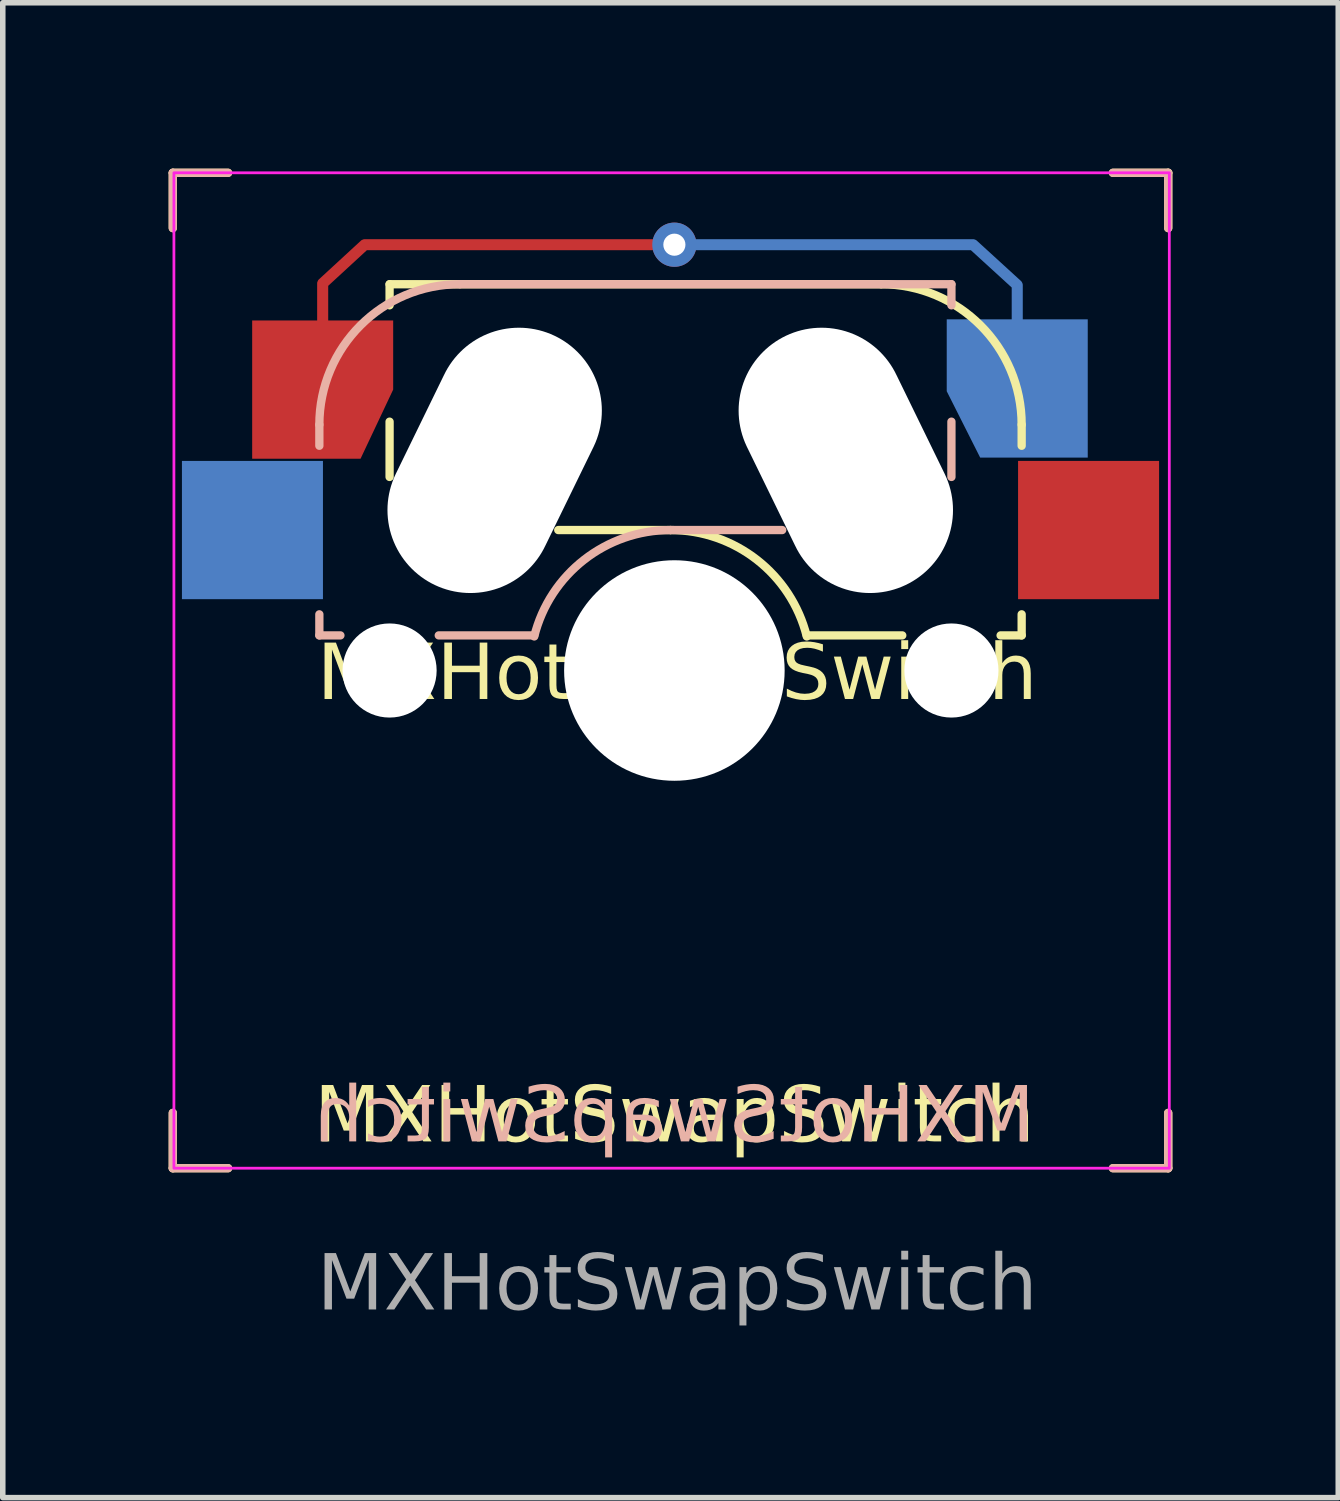
<source format=kicad_pcb>
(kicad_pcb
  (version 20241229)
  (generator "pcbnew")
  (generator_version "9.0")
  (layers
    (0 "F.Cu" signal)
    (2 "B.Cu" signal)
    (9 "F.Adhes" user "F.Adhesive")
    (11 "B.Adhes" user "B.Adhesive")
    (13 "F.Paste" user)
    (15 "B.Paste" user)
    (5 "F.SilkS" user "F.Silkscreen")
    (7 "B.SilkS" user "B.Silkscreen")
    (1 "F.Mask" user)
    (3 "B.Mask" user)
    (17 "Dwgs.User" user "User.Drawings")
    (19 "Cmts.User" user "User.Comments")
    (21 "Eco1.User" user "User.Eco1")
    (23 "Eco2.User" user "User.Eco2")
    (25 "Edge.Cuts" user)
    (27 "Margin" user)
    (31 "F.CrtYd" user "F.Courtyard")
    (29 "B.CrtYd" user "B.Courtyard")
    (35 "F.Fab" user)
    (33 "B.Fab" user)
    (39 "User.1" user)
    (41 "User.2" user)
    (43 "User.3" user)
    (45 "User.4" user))
  (footprint "MXHotSwapSwitch"
    (layer "F.Cu")
    (at 9.145 17.675)
    (property "Reference" "MXHotSwapSwitch" (at 0.05 -8.5 0) (unlocked yes) (layer "F.SilkS") (effects (font (face "CaskaydiaCove NF") (size 1 1) (thickness 0.1))))
    (fp_line (start -9.07 -16.6) (end -9.07 -17.6) (stroke (width 0.15) (type solid)) (layer "F.SilkS"))
    (fp_line (start -9.07 0.4) (end -9.07 -0.6) (stroke (width 0.15) (type solid)) (layer "F.SilkS"))
    (fp_line (start -9.07 0.4) (end -8.07 0.4) (stroke (width 0.15) (type solid)) (layer "F.SilkS"))
    (fp_line (start -8.07 -17.6) (end -9.07 -17.6) (stroke (width 0.15) (type solid)) (layer "F.SilkS"))
    (fp_line (start -5.15 -15.585) (end -5.15 -15.204) (stroke (width 0.15) (type solid)) (layer "F.SilkS"))
    (fp_line (start -5.15 -13.1) (end -5.15 -12.1) (stroke (width 0.15) (type solid)) (layer "F.SilkS"))
    (fp_line (start -2.1 -11.14) (end -0.07 -11.14) (stroke (width 0.15) (type solid)) (layer "F.SilkS"))
    (fp_line (start 2.394 -9.235) (end 4.121 -9.235) (stroke (width 0.15) (type solid)) (layer "F.SilkS"))
    (fp_line (start 3.74 -15.585) (end -5.15 -15.585) (stroke (width 0.15) (type solid)) (layer "F.SilkS"))
    (fp_line (start 5.899 -9.235) (end 6.28 -9.235) (stroke (width 0.15) (type solid)) (layer "F.SilkS"))
    (fp_line (start 6.28 -13.045) (end 6.28 -12.664) (stroke (width 0.15) (type solid)) (layer "F.SilkS"))
    (fp_line (start 6.28 -9.616) (end 6.28 -9.235) (stroke (width 0.15) (type solid)) (layer "F.SilkS"))
    (fp_line (start 7.93 0.4) (end 8.93 0.4) (stroke (width 0.15) (type solid)) (layer "F.SilkS"))
    (fp_line (start 8.93 -17.6) (end 7.93 -17.6) (stroke (width 0.15) (type solid)) (layer "F.SilkS"))
    (fp_line (start 8.93 -17.6) (end 8.93 -16.6) (stroke (width 0.15) (type solid)) (layer "F.SilkS"))
    (fp_line (start 8.93 -0.6) (end 8.93 0.4) (stroke (width 0.15) (type solid)) (layer "F.SilkS"))
    (fp_arc (start -0.07 -11.14) (mid 1.493147 -10.602042) (end 2.394162 -9.21604) (stroke (width 0.15) (type solid)) (layer "F.SilkS"))
    (fp_arc (start 3.74 -15.585) (mid 5.536051 -14.841051) (end 6.28 -13.045) (stroke (width 0.15) (type solid)) (layer "F.SilkS"))
    (fp_line (start -9.07 -17.6) (end -9.07 -16.6) (stroke (width 0.15) (type solid)) (layer "B.SilkS"))
    (fp_line (start -9.07 -17.6) (end -8.07 -17.6) (stroke (width 0.15) (type solid)) (layer "B.SilkS"))
    (fp_line (start -9.07 -0.6) (end -9.07 0.4) (stroke (width 0.15) (type solid)) (layer "B.SilkS"))
    (fp_line (start -8.07 0.4) (end -9.07 0.4) (stroke (width 0.15) (type solid)) (layer "B.SilkS"))
    (fp_line (start -6.42 -13.045) (end -6.42 -12.664) (stroke (width 0.15) (type solid)) (layer "B.SilkS"))
    (fp_line (start -6.42 -9.616) (end -6.42 -9.235) (stroke (width 0.15) (type solid)) (layer "B.SilkS"))
    (fp_line (start -6.039 -9.235) (end -6.42 -9.235) (stroke (width 0.15) (type solid)) (layer "B.SilkS"))
    (fp_line (start -3.88 -15.585) (end 5.01 -15.585) (stroke (width 0.15) (type solid)) (layer "B.SilkS"))
    (fp_line (start -2.534 -9.235) (end -4.261 -9.235) (stroke (width 0.15) (type solid)) (layer "B.SilkS"))
    (fp_line (start 1.95 -11.14) (end -0.07 -11.14) (stroke (width 0.15) (type solid)) (layer "B.SilkS"))
    (fp_line (start 5.01 -15.585) (end 5.01 -15.204) (stroke (width 0.15) (type solid)) (layer "B.SilkS"))
    (fp_line (start 5.01 -13.1) (end 5.01 -12.1) (stroke (width 0.15) (type solid)) (layer "B.SilkS"))
    (fp_line (start 7.93 -17.6) (end 8.93 -17.6) (stroke (width 0.15) (type solid)) (layer "B.SilkS"))
    (fp_line (start 8.93 -16.6) (end 8.93 -17.6) (stroke (width 0.15) (type solid)) (layer "B.SilkS"))
    (fp_line (start 8.93 0.4) (end 7.93 0.4) (stroke (width 0.15) (type solid)) (layer "B.SilkS"))
    (fp_line (start 8.93 0.4) (end 8.93 -0.6) (stroke (width 0.15) (type solid)) (layer "B.SilkS"))
    (fp_arc (start -6.42 -13.045) (mid -5.676051 -14.841051) (end -3.88 -15.585) (stroke (width 0.15) (type solid)) (layer "B.SilkS"))
    (fp_arc (start -2.534162 -9.21604) (mid -1.633147 -10.602042) (end -0.07 -11.14) (stroke (width 0.15) (type solid)) (layer "B.SilkS"))
    (fp_rect (start -9.05 -17.6) (end 8.95 0.4) (stroke (width 0.05) (type default)) (fill no) (layer "F.CrtYd"))
    (fp_text user "${Reference}" (at 0 -0.5 0) (unlocked yes) (layer "F.SilkS") (effects (font (face "scientifica") (size 1 1) (thickness 0.1))))
    (fp_text user "${Reference}" (at 0 -0.5 0) (unlocked yes) (layer "B.SilkS") (effects (font (face "scientifica") (size 1 1) (thickness 0.1)) (justify mirror)))
    (fp_text user "${Reference}" (at 0.05 2.54 0) (unlocked yes) (layer "F.Fab") (effects (font (face "scientifica") (size 1 1) (thickness 0.15))))
    (pad "" np_thru_hole circle (at -5.15 -8.6) (size 1.702 1.702) (drill 1.702) (layers "*.Cu" "*.Mask"))
    (pad "" np_thru_hole oval (at -3.25 -12.4 244) (size 5 3) (drill oval 5.8 3) (layers "*.Cu" "*.Mask"))
    (pad "" np_thru_hole circle (at 0 -8.6) (size 3.988 3.988) (drill 3.988) (layers "*.Cu" "*.Mask"))
    (pad "" np_thru_hole oval (at 3.1 -12.4 116) (size 5 3) (drill oval 5.8 3) (layers "*.Cu" "*.Mask"))
    (pad "" np_thru_hole circle (at 5.01 -8.6) (size 1.702 1.702) (drill 1.702) (layers "*.Cu" "*.Mask"))
    (pad "1" smd custom (at -6.36 -14.33) (size 2.55 1.2) (layers "F.Cu" "F.Mask" "F.Paste") (options (anchor rect)) (primitives (gr_poly (pts (xy -1.275 0.5) (xy 1.275 0.5) (xy 1.275 0.65) (xy 0.685 1.9) (xy -1.275 1.9)) (width 0) (fill yes))))
    (pad "1" smd custom (at -0.3 -16.3) (size 0.2 0.2) (layers "F.Cu") (options (anchor circle)) (primitives (gr_line (start -5.3 0) (end 0 0) (width 0.2)) (gr_line (start -5.3 0) (end -6.06 0.7) (width 0.2)) (gr_line (start -6.06 0.7) (end -6.06 2.22) (width 0.2))))
    (pad "1" thru_hole circle (at 0 -16.3 90) (size 0.8 0.8) (drill 0.4) (layers "*.Cu"))
    (pad "1" smd custom (at 0.3 -16.3 90) (size 0.2 0.2) (layers "B.Cu") (options (anchor circle)) (primitives (gr_line (start 0 0) (end 0 5.101) (width 0.2)) (gr_line (start 0 5.101) (end -0.73 5.9) (width 0.2)) (gr_line (start -0.73 5.9) (end -1.9 5.9) (width 0.2))))
    (pad "1" smd custom (at 6.2 -14.3) (size 2.55 1.3) (layers "B.Cu" "B.Mask" "B.Paste") (options (anchor rect)) (primitives (gr_poly (pts (xy 1.275 0.4) (xy -1.275 0.4) (xy -1.275 0.65) (xy -0.67 1.85) (xy 1.275 1.85)) (width 0) (fill yes))))
    (pad "2" smd rect (at -7.63 -11.14) (size 2.55 2.5) (layers "B.Cu" "B.Mask" "B.Paste"))
    (pad "2" smd rect (at 7.49 -11.14) (size 2.55 2.5) (layers "F.Cu" "F.Mask" "F.Paste")))
  (gr_rect
    (start -3 -3)
    (end 21.15 24.032)
    (stroke (width 0.1) (type default))
    (fill no)
    (layer "Edge.Cuts")))
</source>
